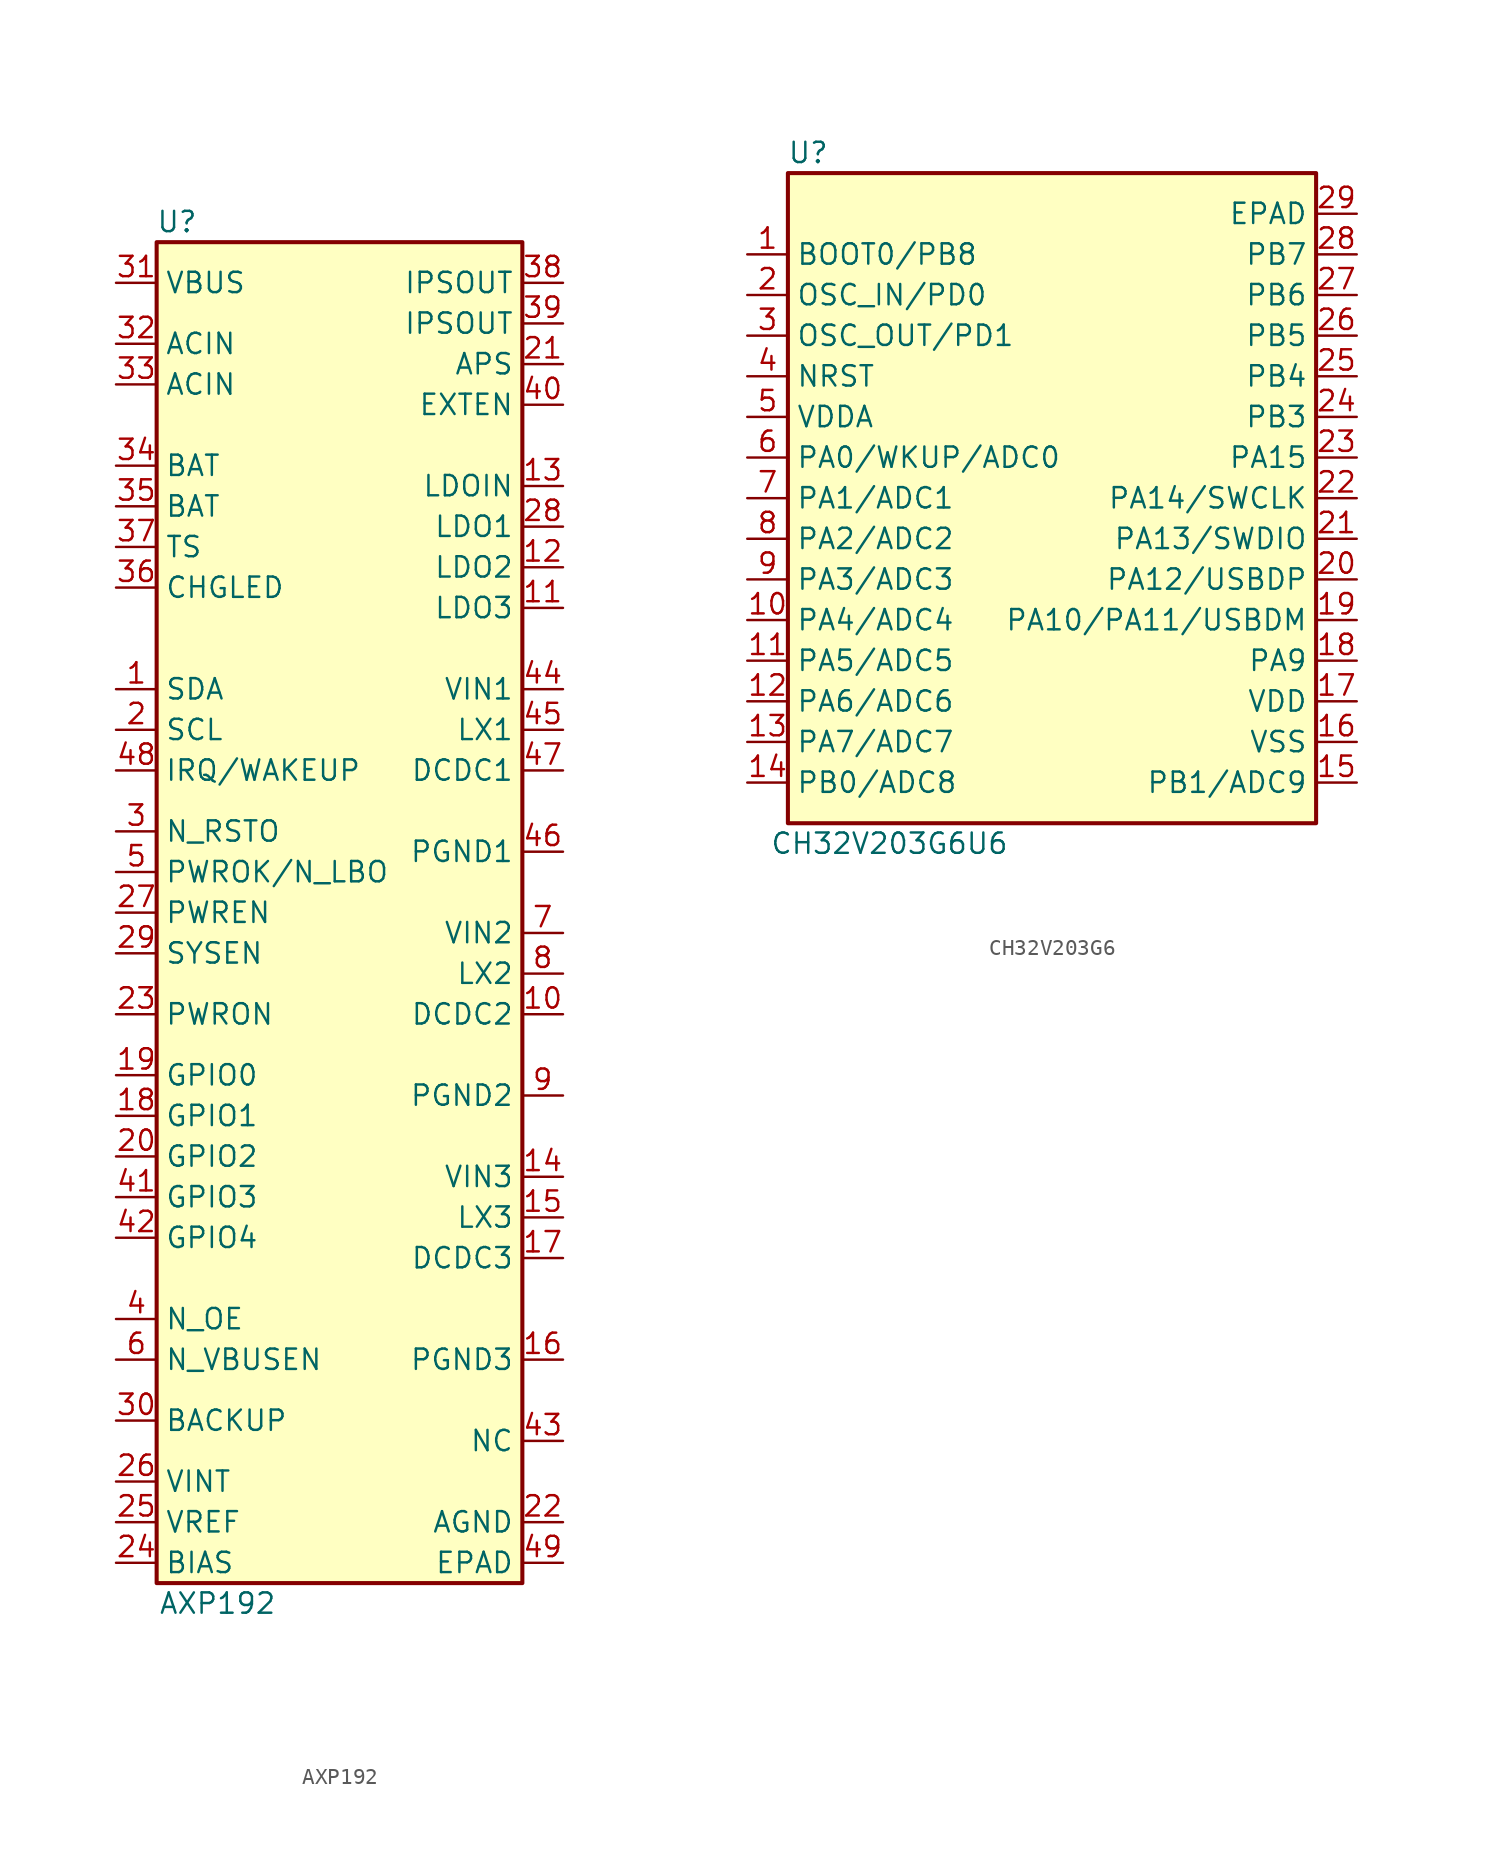
<source format=kicad_sym>
(kicad_symbol_lib
  (version 20220914)
  (generator kicad_symbol_editor)
  (symbol "AXP192"
    (property "Reference" "U"
      (at -10.16 43.18 0)
      (effects (font (size 1.27 1.27))))
    (property "Value" "AXP192"
      (at -7.62 -43.18 0)
      (effects (font (size 1.27 1.27))))
    (symbol "AXP192_0_0"
      (pin bidirectional line (at -13.97 13.97 0) (length 2.54) (name "SDA" (effects (font (size 1.27 1.27)))) (number "1" (effects (font (size 1.27 1.27)))))
      (pin input line (at 13.97 -6.35 180) (length 2.54) (name "DCDC2" (effects (font (size 1.27 1.27)))) (number "10" (effects (font (size 1.27 1.27)))))
      (pin passive line (at 13.97 19.05 180) (length 2.54) (name "LDO3" (effects (font (size 1.27 1.27)))) (number "11" (effects (font (size 1.27 1.27)))))
      (pin passive line (at 13.97 21.59 180) (length 2.54) (name "LDO2" (effects (font (size 1.27 1.27)))) (number "12" (effects (font (size 1.27 1.27)))))
      (pin passive line (at 13.97 26.67 180) (length 2.54) (name "LDOIN" (effects (font (size 1.27 1.27)))) (number "13" (effects (font (size 1.27 1.27)))))
      (pin passive line (at 13.97 -16.51 180) (length 2.54) (name "VIN3" (effects (font (size 1.27 1.27)))) (number "14" (effects (font (size 1.27 1.27)))))
      (pin bidirectional line (at 13.97 -19.05 180) (length 2.54) (name "LX3" (effects (font (size 1.27 1.27)))) (number "15" (effects (font (size 1.27 1.27)))))
      (pin passive line (at 13.97 -27.94 180) (length 2.54) (name "PGND3" (effects (font (size 1.27 1.27)))) (number "16" (effects (font (size 1.27 1.27)))))
      (pin input line (at 13.97 -21.59 180) (length 2.54) (name "DCDC3" (effects (font (size 1.27 1.27)))) (number "17" (effects (font (size 1.27 1.27)))))
      (pin bidirectional line (at -13.97 -12.7 0) (length 2.54) (name "GPIO1" (effects (font (size 1.27 1.27)))) (number "18" (effects (font (size 1.27 1.27)))))
      (pin bidirectional line (at -13.97 -10.16 0) (length 2.54) (name "GPIO0" (effects (font (size 1.27 1.27)))) (number "19" (effects (font (size 1.27 1.27)))))
      (pin input line (at -13.97 11.43 0) (length 2.54) (name "SCL" (effects (font (size 1.27 1.27)))) (number "2" (effects (font (size 1.27 1.27)))))
      (pin bidirectional line (at -13.97 -15.24 0) (length 2.54) (name "GPIO2" (effects (font (size 1.27 1.27)))) (number "20" (effects (font (size 1.27 1.27)))))
      (pin passive line (at 13.97 34.29 180) (length 2.54) (name "APS" (effects (font (size 1.27 1.27)))) (number "21" (effects (font (size 1.27 1.27)))))
      (pin passive line (at 13.97 -38.1 180) (length 2.54) (name "AGND" (effects (font (size 1.27 1.27)))) (number "22" (effects (font (size 1.27 1.27)))))
      (pin input line (at -13.97 -6.35 0) (length 2.54) (name "PWRON" (effects (font (size 1.27 1.27)))) (number "23" (effects (font (size 1.27 1.27)))))
      (pin bidirectional line (at -13.97 -40.64 0) (length 2.54) (name "BIAS" (effects (font (size 1.27 1.27)))) (number "24" (effects (font (size 1.27 1.27)))))
      (pin output line (at -13.97 -38.1 0) (length 2.54) (name "VREF" (effects (font (size 1.27 1.27)))) (number "25" (effects (font (size 1.27 1.27)))))
      (pin passive line (at -13.97 -35.56 0) (length 2.54) (name "VINT" (effects (font (size 1.27 1.27)))) (number "26" (effects (font (size 1.27 1.27)))))
      (pin bidirectional line (at -13.97 0 0) (length 2.54) (name "PWREN" (effects (font (size 1.27 1.27)))) (number "27" (effects (font (size 1.27 1.27)))))
      (pin passive line (at 13.97 24.13 180) (length 2.54) (name "LDO1" (effects (font (size 1.27 1.27)))) (number "28" (effects (font (size 1.27 1.27)))))
      (pin bidirectional line (at -13.97 -2.54 0) (length 2.54) (name "SYSEN" (effects (font (size 1.27 1.27)))) (number "29" (effects (font (size 1.27 1.27)))))
      (pin bidirectional line (at -13.97 5.08 0) (length 2.54) (name "N_RSTO" (effects (font (size 1.27 1.27)))) (number "3" (effects (font (size 1.27 1.27)))))
      (pin bidirectional line (at -13.97 -31.75 0) (length 2.54) (name "BACKUP" (effects (font (size 1.27 1.27)))) (number "30" (effects (font (size 1.27 1.27)))))
      (pin passive line (at -13.97 39.37 0) (length 2.54) (name "VBUS" (effects (font (size 1.27 1.27)))) (number "31" (effects (font (size 1.27 1.27)))))
      (pin passive line (at -13.97 35.56 0) (length 2.54) (name "ACIN" (effects (font (size 1.27 1.27)))) (number "32" (effects (font (size 1.27 1.27)))))
      (pin passive line (at -13.97 33.02 0) (length 2.54) (name "ACIN" (effects (font (size 1.27 1.27)))) (number "33" (effects (font (size 1.27 1.27)))))
      (pin bidirectional line (at -13.97 27.94 0) (length 2.54) (name "BAT" (effects (font (size 1.27 1.27)))) (number "34" (effects (font (size 1.27 1.27)))))
      (pin bidirectional line (at -13.97 25.4 0) (length 2.54) (name "BAT" (effects (font (size 1.27 1.27)))) (number "35" (effects (font (size 1.27 1.27)))))
      (pin output line (at -13.97 20.32 0) (length 2.54) (name "CHGLED" (effects (font (size 1.27 1.27)))) (number "36" (effects (font (size 1.27 1.27)))))
      (pin input line (at -13.97 22.86 0) (length 2.54) (name "TS" (effects (font (size 1.27 1.27)))) (number "37" (effects (font (size 1.27 1.27)))))
      (pin passive line (at 13.97 39.37 180) (length 2.54) (name "IPSOUT" (effects (font (size 1.27 1.27)))) (number "38" (effects (font (size 1.27 1.27)))))
      (pin input line (at -13.97 -25.4 0) (length 2.54) (name "N_OE" (effects (font (size 1.27 1.27)))) (number "4" (effects (font (size 1.27 1.27)))))
      (pin output line (at 13.97 31.75 180) (length 2.54) (name "EXTEN" (effects (font (size 1.27 1.27)))) (number "40" (effects (font (size 1.27 1.27)))))
      (pin input line (at -13.97 -17.78 0) (length 2.54) (name "GPIO3" (effects (font (size 1.27 1.27)))) (number "41" (effects (font (size 1.27 1.27)))))
      (pin input line (at -13.97 -20.32 0) (length 2.54) (name "GPIO4" (effects (font (size 1.27 1.27)))) (number "42" (effects (font (size 1.27 1.27)))))
      (pin output line (at 13.97 -33.02 180) (length 2.54) (name "NC" (effects (font (size 1.27 1.27)))) (number "43" (effects (font (size 1.27 1.27)))))
      (pin passive line (at 13.97 13.97 180) (length 2.54) (name "VIN1" (effects (font (size 1.27 1.27)))) (number "44" (effects (font (size 1.27 1.27)))))
      (pin bidirectional line (at 13.97 11.43 180) (length 2.54) (name "LX1" (effects (font (size 1.27 1.27)))) (number "45" (effects (font (size 1.27 1.27)))))
      (pin passive line (at 13.97 3.81 180) (length 2.54) (name "PGND1" (effects (font (size 1.27 1.27)))) (number "46" (effects (font (size 1.27 1.27)))))
      (pin input line (at 13.97 8.89 180) (length 2.54) (name "DCDC1" (effects (font (size 1.27 1.27)))) (number "47" (effects (font (size 1.27 1.27)))))
      (pin bidirectional line (at -13.97 8.89 0) (length 2.54) (name "IRQ/WAKEUP" (effects (font (size 1.27 1.27)))) (number "48" (effects (font (size 1.27 1.27)))))
      (pin passive line (at 13.97 -40.64 180) (length 2.54) (name "EPAD" (effects (font (size 1.27 1.27)))) (number "49" (effects (font (size 1.27 1.27)))))
      (pin output line (at -13.97 2.54 0) (length 2.54) (name "PWROK/N_LBO" (effects (font (size 1.27 1.27)))) (number "5" (effects (font (size 1.27 1.27)))))
      (pin input line (at -13.97 -27.94 0) (length 2.54) (name "N_VBUSEN" (effects (font (size 1.27 1.27)))) (number "6" (effects (font (size 1.27 1.27)))))
      (pin passive line (at 13.97 -1.27 180) (length 2.54) (name "VIN2" (effects (font (size 1.27 1.27)))) (number "7" (effects (font (size 1.27 1.27)))))
      (pin bidirectional line (at 13.97 -3.81 180) (length 2.54) (name "LX2" (effects (font (size 1.27 1.27)))) (number "8" (effects (font (size 1.27 1.27)))))
      (pin passive line (at 13.97 -11.43 180) (length 2.54) (name "PGND2" (effects (font (size 1.27 1.27)))) (number "9" (effects (font (size 1.27 1.27))))))
    (symbol "AXP192_0_1"
      (rectangle (start -11.43 41.91) (end 11.43 -41.91) (stroke (width 0.254) (type default)) (fill (type background))))
    (symbol "AXP192_1_0"
      (pin passive line (at 13.97 36.83 180) (length 2.54) (name "IPSOUT" (effects (font (size 1.27 1.27)))) (number "39" (effects (font (size 1.27 1.27)))))))
  (symbol "CH32V203G6"
    (property "Reference" "U"
      (at -15.24 21.59 0)
      (effects (font (size 1.27 1.27))))
    (property "Value" "CH32V203G6U6"
      (at -10.16 -21.59 0)
      (effects (font (size 1.27 1.27))))
    (symbol "CH32V203G6_0_0"
      (pin bidirectional line (at -19.05 15.24 0) (length 2.54) (name "BOOT0/PB8" (effects (font (size 1.27 1.27)))) (number "1" (effects (font (size 1.27 1.27)))))
      (pin tri_state line (at -19.05 -7.62 0) (length 2.54) (name "PA4/ADC4" (effects (font (size 1.27 1.27)))) (number "10" (effects (font (size 1.27 1.27)))))
      (pin bidirectional line (at -19.05 -10.16 0) (length 2.54) (name "PA5/ADC5" (effects (font (size 1.27 1.27)))) (number "11" (effects (font (size 1.27 1.27)))))
      (pin bidirectional line (at -19.05 -12.7 0) (length 2.54) (name "PA6/ADC6" (effects (font (size 1.27 1.27)))) (number "12" (effects (font (size 1.27 1.27)))))
      (pin bidirectional line (at -19.05 -15.24 0) (length 2.54) (name "PA7/ADC7" (effects (font (size 1.27 1.27)))) (number "13" (effects (font (size 1.27 1.27)))))
      (pin bidirectional line (at -19.05 -17.78 0) (length 2.54) (name "PB0/ADC8" (effects (font (size 1.27 1.27)))) (number "14" (effects (font (size 1.27 1.27)))))
      (pin bidirectional line (at 19.05 -17.78 180) (length 2.54) (name "PB1/ADC9" (effects (font (size 1.27 1.27)))) (number "15" (effects (font (size 1.27 1.27)))))
      (pin passive line (at 19.05 -15.24 180) (length 2.54) (name "VSS" (effects (font (size 1.27 1.27)))) (number "16" (effects (font (size 1.27 1.27)))))
      (pin passive line (at 19.05 -12.7 180) (length 2.54) (name "VDD" (effects (font (size 1.27 1.27)))) (number "17" (effects (font (size 1.27 1.27)))))
      (pin bidirectional line (at 19.05 -10.16 180) (length 2.54) (name "PA9" (effects (font (size 1.27 1.27)))) (number "18" (effects (font (size 1.27 1.27)))))
      (pin bidirectional line (at 19.05 -7.62 180) (length 2.54) (name "PA10/PA11/USBDM" (effects (font (size 1.27 1.27)))) (number "19" (effects (font (size 1.27 1.27)))))
      (pin bidirectional line (at -19.05 12.7 0) (length 2.54) (name "OSC_IN/PD0" (effects (font (size 1.27 1.27)))) (number "2" (effects (font (size 1.27 1.27)))))
      (pin bidirectional line (at 19.05 -5.08 180) (length 2.54) (name "PA12/USBDP" (effects (font (size 1.27 1.27)))) (number "20" (effects (font (size 1.27 1.27)))))
      (pin bidirectional line (at 19.05 -2.54 180) (length 2.54) (name "PA13/SWDIO" (effects (font (size 1.27 1.27)))) (number "21" (effects (font (size 1.27 1.27)))))
      (pin bidirectional line (at 19.05 0 180) (length 2.54) (name "PA14/SWCLK" (effects (font (size 1.27 1.27)))) (number "22" (effects (font (size 1.27 1.27)))))
      (pin bidirectional line (at 19.05 2.54 180) (length 2.54) (name "PA15" (effects (font (size 1.27 1.27)))) (number "23" (effects (font (size 1.27 1.27)))))
      (pin bidirectional line (at 19.05 5.08 180) (length 2.54) (name "PB3" (effects (font (size 1.27 1.27)))) (number "24" (effects (font (size 1.27 1.27)))))
      (pin bidirectional line (at 19.05 7.62 180) (length 2.54) (name "PB4" (effects (font (size 1.27 1.27)))) (number "25" (effects (font (size 1.27 1.27)))))
      (pin bidirectional line (at 19.05 10.16 180) (length 2.54) (name "PB5" (effects (font (size 1.27 1.27)))) (number "26" (effects (font (size 1.27 1.27)))))
      (pin bidirectional line (at 19.05 12.7 180) (length 2.54) (name "PB6" (effects (font (size 1.27 1.27)))) (number "27" (effects (font (size 1.27 1.27)))))
      (pin bidirectional line (at 19.05 15.24 180) (length 2.54) (name "PB7" (effects (font (size 1.27 1.27)))) (number "28" (effects (font (size 1.27 1.27)))))
      (pin passive line (at 19.05 17.78 180) (length 2.54) (name "EPAD" (effects (font (size 1.27 1.27)))) (number "29" (effects (font (size 1.27 1.27)))))
      (pin bidirectional line (at -19.05 10.16 0) (length 2.54) (name "OSC_OUT/PD1" (effects (font (size 1.27 1.27)))) (number "3" (effects (font (size 1.27 1.27)))))
      (pin input line (at -19.05 7.62 0) (length 2.54) (name "NRST" (effects (font (size 1.27 1.27)))) (number "4" (effects (font (size 1.27 1.27)))))
      (pin passive line (at -19.05 5.08 0) (length 2.54) (name "VDDA" (effects (font (size 1.27 1.27)))) (number "5" (effects (font (size 1.27 1.27)))))
      (pin bidirectional line (at -19.05 2.54 0) (length 2.54) (name "PA0/WKUP/ADC0" (effects (font (size 1.27 1.27)))) (number "6" (effects (font (size 1.27 1.27)))))
      (pin bidirectional line (at -19.05 0 0) (length 2.54) (name "PA1/ADC1" (effects (font (size 1.27 1.27)))) (number "7" (effects (font (size 1.27 1.27)))))
      (pin bidirectional line (at -19.05 -2.54 0) (length 2.54) (name "PA2/ADC2" (effects (font (size 1.27 1.27)))) (number "8" (effects (font (size 1.27 1.27)))))
      (pin bidirectional line (at -19.05 -5.08 0) (length 2.54) (name "PA3/ADC3" (effects (font (size 1.27 1.27)))) (number "9" (effects (font (size 1.27 1.27))))))
    (symbol "CH32V203G6_0_1"
      (rectangle (start -16.51 20.32) (end 16.51 -20.32) (stroke (width 0.254) (type default)) (fill (type background))))))
</source>
